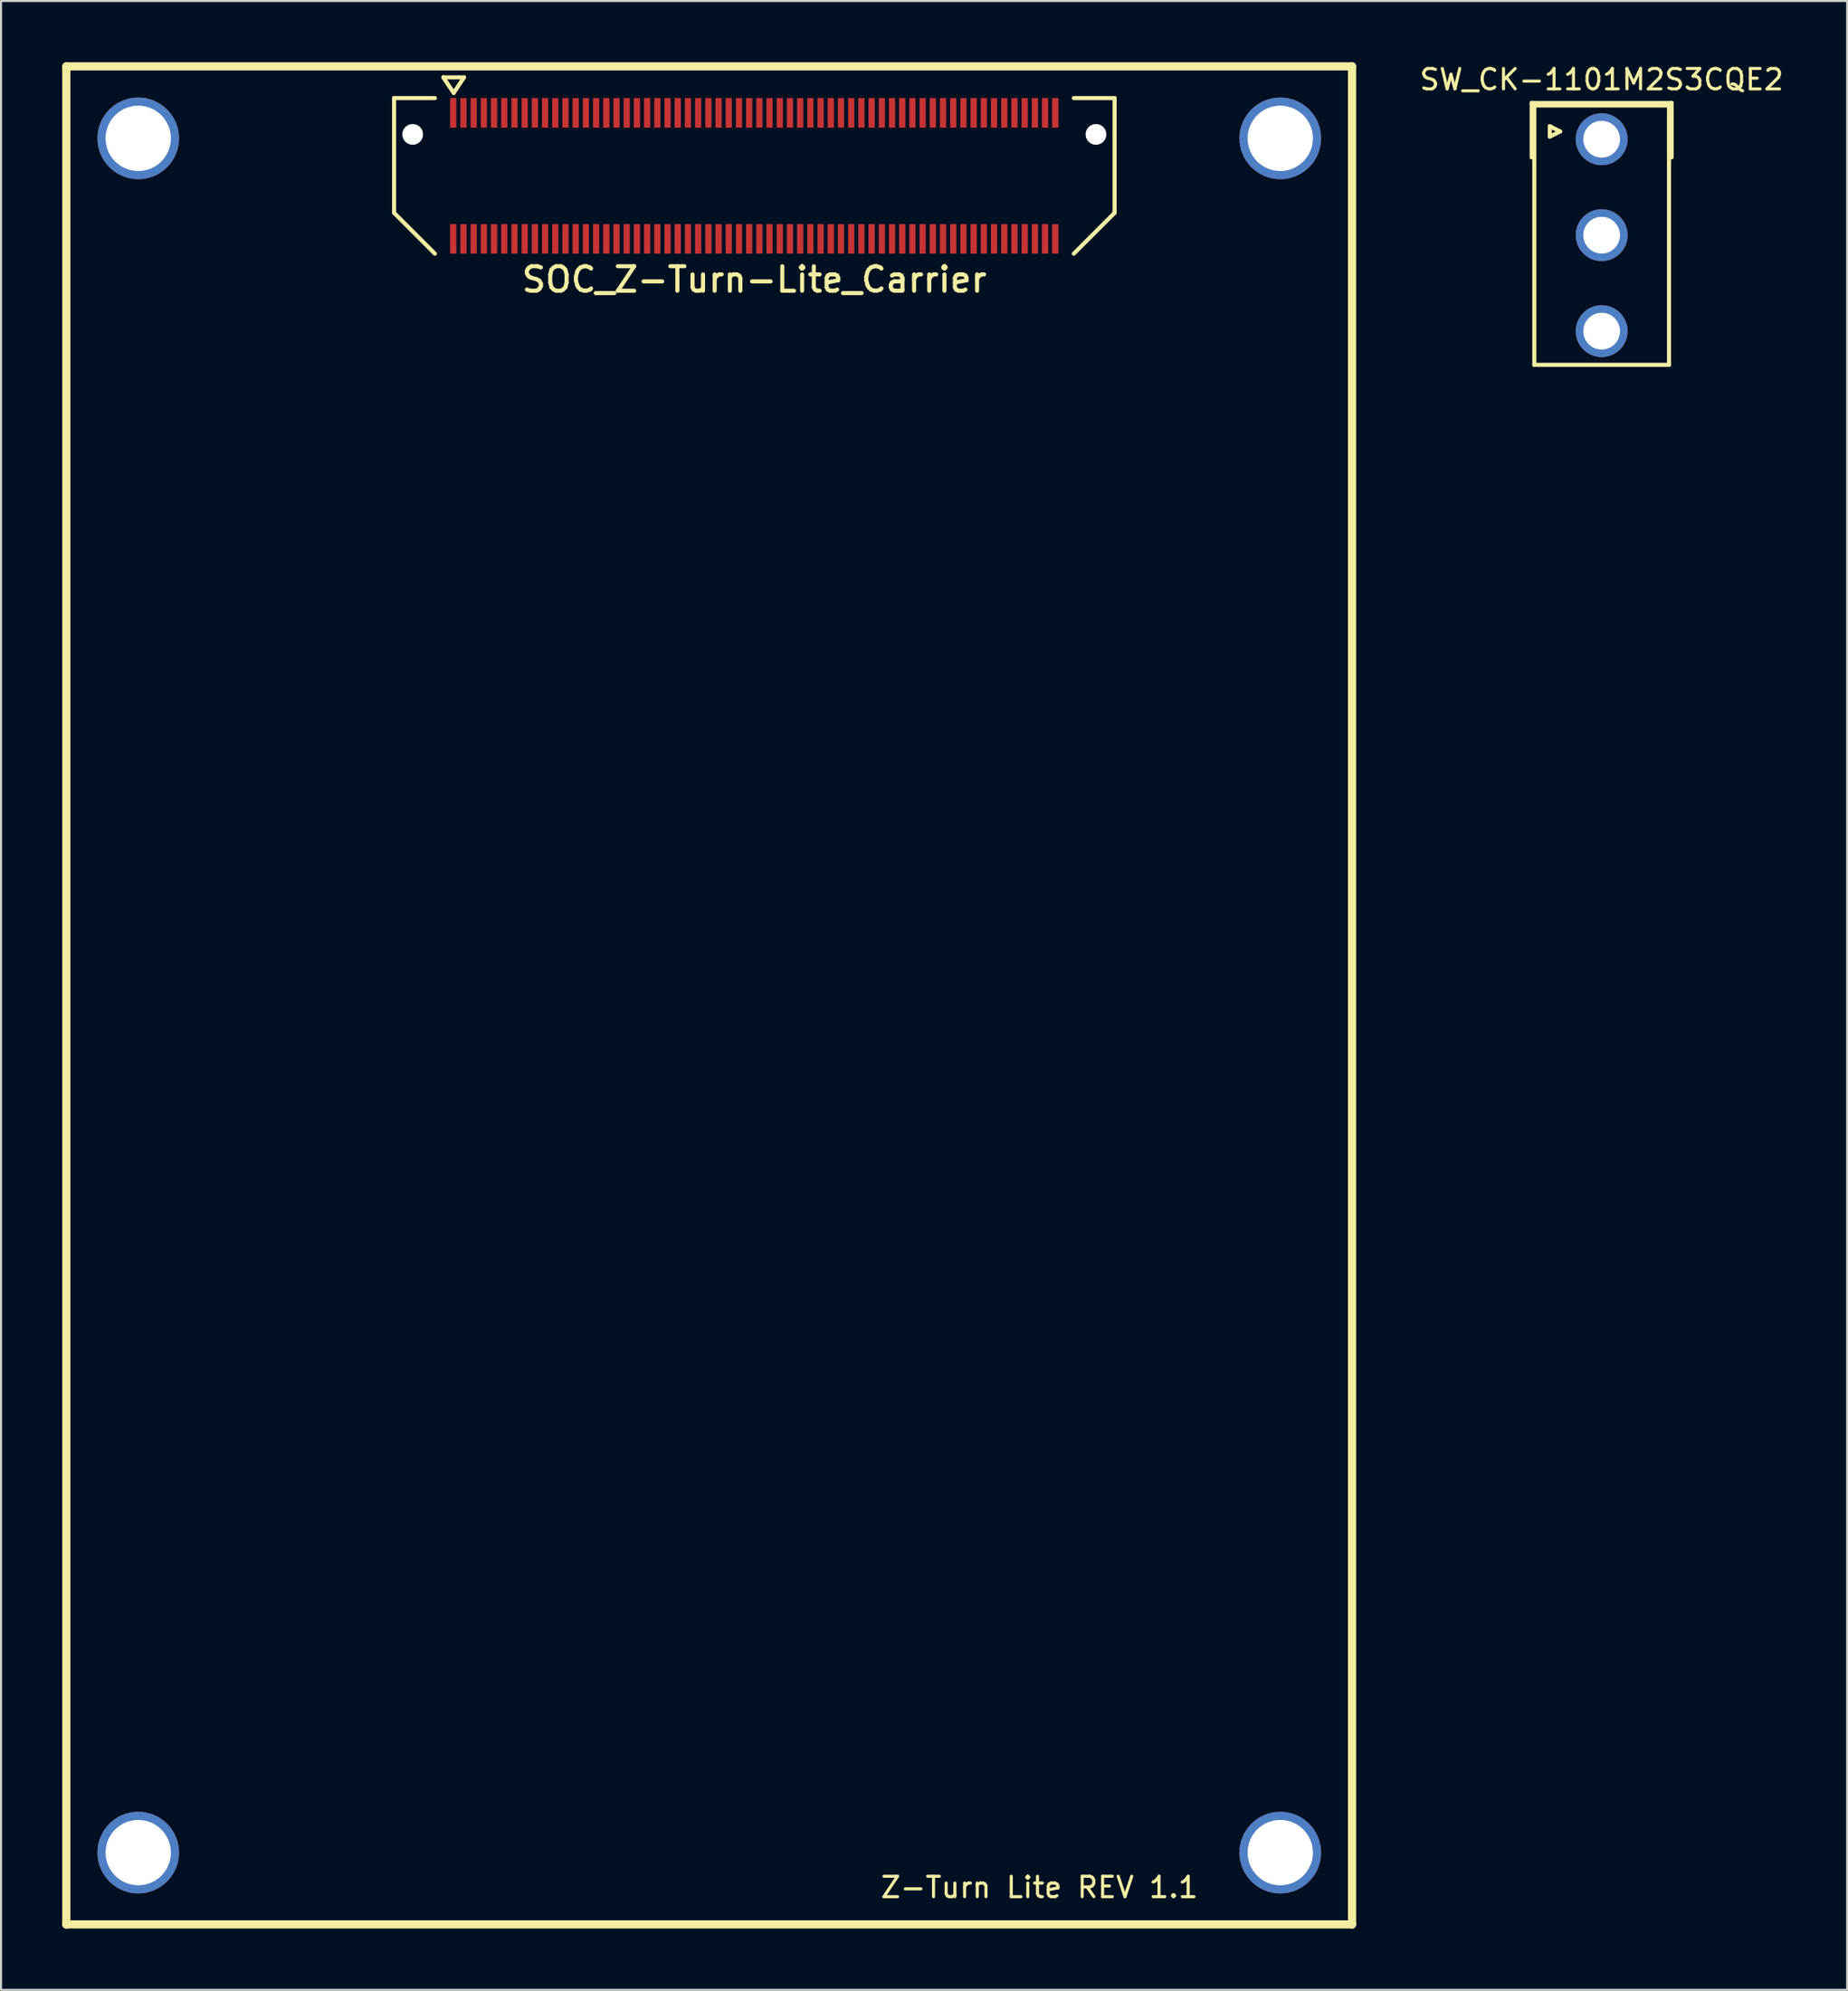
<source format=kicad_pcb>
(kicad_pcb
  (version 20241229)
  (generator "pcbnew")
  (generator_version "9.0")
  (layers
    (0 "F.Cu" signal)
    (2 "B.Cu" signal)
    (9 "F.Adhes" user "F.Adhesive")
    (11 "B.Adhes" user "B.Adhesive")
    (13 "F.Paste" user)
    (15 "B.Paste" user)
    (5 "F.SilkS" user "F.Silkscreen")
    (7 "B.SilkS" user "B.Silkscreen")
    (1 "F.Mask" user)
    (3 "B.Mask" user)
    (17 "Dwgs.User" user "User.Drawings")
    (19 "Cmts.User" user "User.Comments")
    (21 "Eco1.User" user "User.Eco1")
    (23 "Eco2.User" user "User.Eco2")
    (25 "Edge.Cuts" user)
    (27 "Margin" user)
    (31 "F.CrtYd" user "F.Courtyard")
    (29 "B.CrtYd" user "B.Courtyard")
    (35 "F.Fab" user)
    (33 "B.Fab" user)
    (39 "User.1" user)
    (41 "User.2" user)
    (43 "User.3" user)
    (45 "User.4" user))
  (footprint "SOC_Z-Turn-Lite_Carrier"
    (layer "F.Cu")
    (at 33.912 5.564)
    (property "Reference" "SOC_Z-Turn-Lite_Carrier" (at 0 5.08 0) (layer "F.SilkS") (effects (font (size 1.2 1.2) (thickness 0.2))))
    (attr smd)
    (fp_line (start -33.712 -5.364) (end -33.712 85.641) (stroke (width 0.4) (type solid)) (layer "F.SilkS"))
    (fp_line (start -33.712 -5.364) (end 29.288 -5.364) (stroke (width 0.4) (type solid)) (layer "F.SilkS"))
    (fp_line (start -33.712 85.636) (end 29.288 85.636) (stroke (width 0.4) (type solid)) (layer "F.SilkS"))
    (fp_line (start -17.653 -3.81) (end -17.653 1.81) (stroke (width 0.2) (type solid)) (layer "F.SilkS"))
    (fp_line (start -17.653 1.81) (end -15.653 3.81) (stroke (width 0.2) (type solid)) (layer "F.SilkS"))
    (fp_line (start -15.653 -3.81) (end -17.653 -3.81) (stroke (width 0.2) (type solid)) (layer "F.SilkS"))
    (fp_line (start -15.24 -4.826) (end -14.224 -4.826) (stroke (width 0.2) (type solid)) (layer "F.SilkS"))
    (fp_line (start -14.732 -4.064) (end -15.24 -4.826) (stroke (width 0.2) (type solid)) (layer "F.SilkS"))
    (fp_line (start -14.224 -4.826) (end -14.732 -4.064) (stroke (width 0.2) (type solid)) (layer "F.SilkS"))
    (fp_line (start 15.653 -3.81) (end 17.653 -3.81) (stroke (width 0.2) (type solid)) (layer "F.SilkS"))
    (fp_line (start 17.653 -3.81) (end 17.653 1.81) (stroke (width 0.2) (type solid)) (layer "F.SilkS"))
    (fp_line (start 17.653 1.81) (end 15.653 3.81) (stroke (width 0.2) (type solid)) (layer "F.SilkS"))
    (fp_line (start 29.288 -5.364) (end 29.288 85.641) (stroke (width 0.4) (type solid)) (layer "F.SilkS"))
    (fp_text user "Z-Turn Lite REV 1.1" (at 13.97 83.82 0) (layer "F.SilkS") (effects (font (size 1 1) (thickness 0.15))))
    (pad "" np_thru_hole circle (at -30.189 -1.838) (size 4 4) (drill 3.2) (layers "*.Cu" "*.Mask"))
    (pad "" np_thru_hole circle (at -30.189 82.118) (size 4 4) (drill 3.2) (layers "*.Cu" "*.Mask"))
    (pad "" np_thru_hole circle (at -16.741 -2.032) (size 1.016 1.016) (drill 1.016) (layers "*.Cu" "*.Mask"))
    (pad "" np_thru_hole circle (at 16.74 -2.032) (size 1.016 1.016) (drill 1.016) (layers "*.Cu" "*.Mask"))
    (pad "" np_thru_hole circle (at 25.77 -1.838) (size 4 4) (drill 3.2) (layers "*.Cu" "*.Mask"))
    (pad "" np_thru_hole circle (at 25.77 82.118) (size 4 4) (drill 3.2) (layers "*.Cu" "*.Mask"))
    (pad "1" smd rect (at -14.753 -3.086) (size 0.305 1.448) (layers "F.Cu" "F.Mask" "F.Paste"))
    (pad "2" smd rect (at -14.753 3.086) (size 0.305 1.448) (layers "F.Cu" "F.Mask" "F.Paste"))
    (pad "3" smd rect (at -14.253 -3.086) (size 0.305 1.448) (layers "F.Cu" "F.Mask" "F.Paste"))
    (pad "4" smd rect (at -14.253 3.086) (size 0.305 1.448) (layers "F.Cu" "F.Mask" "F.Paste"))
    (pad "5" smd rect (at -13.753 -3.086) (size 0.305 1.448) (layers "F.Cu" "F.Mask" "F.Paste"))
    (pad "6" smd rect (at -13.753 3.086) (size 0.305 1.448) (layers "F.Cu" "F.Mask" "F.Paste"))
    (pad "7" smd rect (at -13.253 -3.086) (size 0.305 1.448) (layers "F.Cu" "F.Mask" "F.Paste"))
    (pad "8" smd rect (at -13.253 3.086) (size 0.305 1.448) (layers "F.Cu" "F.Mask" "F.Paste"))
    (pad "9" smd rect (at -12.753 -3.086) (size 0.305 1.448) (layers "F.Cu" "F.Mask" "F.Paste"))
    (pad "10" smd rect (at -12.753 3.086) (size 0.305 1.448) (layers "F.Cu" "F.Mask" "F.Paste"))
    (pad "11" smd rect (at -12.253 -3.086) (size 0.305 1.448) (layers "F.Cu" "F.Mask" "F.Paste"))
    (pad "12" smd rect (at -12.253 3.086) (size 0.305 1.448) (layers "F.Cu" "F.Mask" "F.Paste"))
    (pad "13" smd rect (at -11.753 -3.086) (size 0.305 1.448) (layers "F.Cu" "F.Mask" "F.Paste"))
    (pad "14" smd rect (at -11.753 3.086) (size 0.305 1.448) (layers "F.Cu" "F.Mask" "F.Paste"))
    (pad "15" smd rect (at -11.253 -3.086) (size 0.305 1.448) (layers "F.Cu" "F.Mask" "F.Paste"))
    (pad "16" smd rect (at -11.253 3.086) (size 0.305 1.448) (layers "F.Cu" "F.Mask" "F.Paste"))
    (pad "17" smd rect (at -10.753 -3.086) (size 0.305 1.448) (layers "F.Cu" "F.Mask" "F.Paste"))
    (pad "18" smd rect (at -10.753 3.086) (size 0.305 1.448) (layers "F.Cu" "F.Mask" "F.Paste"))
    (pad "19" smd rect (at -10.253 -3.086) (size 0.305 1.448) (layers "F.Cu" "F.Mask" "F.Paste"))
    (pad "20" smd rect (at -10.253 3.086) (size 0.305 1.448) (layers "F.Cu" "F.Mask" "F.Paste"))
    (pad "21" smd rect (at -9.753 -3.086) (size 0.305 1.448) (layers "F.Cu" "F.Mask" "F.Paste"))
    (pad "22" smd rect (at -9.753 3.086) (size 0.305 1.448) (layers "F.Cu" "F.Mask" "F.Paste"))
    (pad "23" smd rect (at -9.253 -3.086) (size 0.305 1.448) (layers "F.Cu" "F.Mask" "F.Paste"))
    (pad "24" smd rect (at -9.253 3.086) (size 0.305 1.448) (layers "F.Cu" "F.Mask" "F.Paste"))
    (pad "25" smd rect (at -8.753 -3.086) (size 0.305 1.448) (layers "F.Cu" "F.Mask" "F.Paste"))
    (pad "26" smd rect (at -8.753 3.086) (size 0.305 1.448) (layers "F.Cu" "F.Mask" "F.Paste"))
    (pad "27" smd rect (at -8.253 -3.086) (size 0.305 1.448) (layers "F.Cu" "F.Mask" "F.Paste"))
    (pad "28" smd rect (at -8.253 3.086) (size 0.305 1.448) (layers "F.Cu" "F.Mask" "F.Paste"))
    (pad "29" smd rect (at -7.753 -3.086) (size 0.305 1.448) (layers "F.Cu" "F.Mask" "F.Paste"))
    (pad "30" smd rect (at -7.753 3.086) (size 0.305 1.448) (layers "F.Cu" "F.Mask" "F.Paste"))
    (pad "31" smd rect (at -7.253 -3.086) (size 0.305 1.448) (layers "F.Cu" "F.Mask" "F.Paste"))
    (pad "32" smd rect (at -7.253 3.086) (size 0.305 1.448) (layers "F.Cu" "F.Mask" "F.Paste"))
    (pad "33" smd rect (at -6.753 -3.086) (size 0.305 1.448) (layers "F.Cu" "F.Mask" "F.Paste"))
    (pad "34" smd rect (at -6.753 3.086) (size 0.305 1.448) (layers "F.Cu" "F.Mask" "F.Paste"))
    (pad "35" smd rect (at -6.253 -3.086) (size 0.305 1.448) (layers "F.Cu" "F.Mask" "F.Paste"))
    (pad "36" smd rect (at -6.253 3.086) (size 0.305 1.448) (layers "F.Cu" "F.Mask" "F.Paste"))
    (pad "37" smd rect (at -5.753 -3.086) (size 0.305 1.448) (layers "F.Cu" "F.Mask" "F.Paste"))
    (pad "38" smd rect (at -5.753 3.086) (size 0.305 1.448) (layers "F.Cu" "F.Mask" "F.Paste"))
    (pad "39" smd rect (at -5.253 -3.086) (size 0.305 1.448) (layers "F.Cu" "F.Mask" "F.Paste"))
    (pad "40" smd rect (at -5.253 3.086) (size 0.305 1.448) (layers "F.Cu" "F.Mask" "F.Paste"))
    (pad "41" smd rect (at -4.753 -3.086) (size 0.305 1.448) (layers "F.Cu" "F.Mask" "F.Paste"))
    (pad "42" smd rect (at -4.753 3.086) (size 0.305 1.448) (layers "F.Cu" "F.Mask" "F.Paste"))
    (pad "43" smd rect (at -4.253 -3.086) (size 0.305 1.448) (layers "F.Cu" "F.Mask" "F.Paste"))
    (pad "44" smd rect (at -4.253 3.086) (size 0.305 1.448) (layers "F.Cu" "F.Mask" "F.Paste"))
    (pad "45" smd rect (at -3.753 -3.086) (size 0.305 1.448) (layers "F.Cu" "F.Mask" "F.Paste"))
    (pad "46" smd rect (at -3.753 3.086) (size 0.305 1.448) (layers "F.Cu" "F.Mask" "F.Paste"))
    (pad "47" smd rect (at -3.253 -3.086) (size 0.305 1.448) (layers "F.Cu" "F.Mask" "F.Paste"))
    (pad "48" smd rect (at -3.253 3.086) (size 0.305 1.448) (layers "F.Cu" "F.Mask" "F.Paste"))
    (pad "49" smd rect (at -2.753 -3.086) (size 0.305 1.448) (layers "F.Cu" "F.Mask" "F.Paste"))
    (pad "50" smd rect (at -2.753 3.086) (size 0.305 1.448) (layers "F.Cu" "F.Mask" "F.Paste"))
    (pad "51" smd rect (at -2.253 -3.086) (size 0.305 1.448) (layers "F.Cu" "F.Mask" "F.Paste"))
    (pad "52" smd rect (at -2.253 3.086) (size 0.305 1.448) (layers "F.Cu" "F.Mask" "F.Paste"))
    (pad "53" smd rect (at -1.753 -3.086) (size 0.305 1.448) (layers "F.Cu" "F.Mask" "F.Paste"))
    (pad "54" smd rect (at -1.753 3.086) (size 0.305 1.448) (layers "F.Cu" "F.Mask" "F.Paste"))
    (pad "55" smd rect (at -1.253 -3.086) (size 0.305 1.448) (layers "F.Cu" "F.Mask" "F.Paste"))
    (pad "56" smd rect (at -1.253 3.086) (size 0.305 1.448) (layers "F.Cu" "F.Mask" "F.Paste"))
    (pad "57" smd rect (at -0.753 -3.086) (size 0.305 1.448) (layers "F.Cu" "F.Mask" "F.Paste"))
    (pad "58" smd rect (at -0.753 3.086) (size 0.305 1.448) (layers "F.Cu" "F.Mask" "F.Paste"))
    (pad "59" smd rect (at -0.253 -3.086) (size 0.305 1.448) (layers "F.Cu" "F.Mask" "F.Paste"))
    (pad "60" smd rect (at -0.253 3.086) (size 0.305 1.448) (layers "F.Cu" "F.Mask" "F.Paste"))
    (pad "61" smd rect (at 0.247 -3.086) (size 0.305 1.448) (layers "F.Cu" "F.Mask" "F.Paste"))
    (pad "62" smd rect (at 0.247 3.086) (size 0.305 1.448) (layers "F.Cu" "F.Mask" "F.Paste"))
    (pad "63" smd rect (at 0.747 -3.086) (size 0.305 1.448) (layers "F.Cu" "F.Mask" "F.Paste"))
    (pad "64" smd rect (at 0.747 3.086) (size 0.305 1.448) (layers "F.Cu" "F.Mask" "F.Paste"))
    (pad "65" smd rect (at 1.247 -3.086) (size 0.305 1.448) (layers "F.Cu" "F.Mask" "F.Paste"))
    (pad "66" smd rect (at 1.247 3.086) (size 0.305 1.448) (layers "F.Cu" "F.Mask" "F.Paste"))
    (pad "67" smd rect (at 1.747 -3.086) (size 0.305 1.448) (layers "F.Cu" "F.Mask" "F.Paste"))
    (pad "68" smd rect (at 1.747 3.086) (size 0.305 1.448) (layers "F.Cu" "F.Mask" "F.Paste"))
    (pad "69" smd rect (at 2.247 -3.086) (size 0.305 1.448) (layers "F.Cu" "F.Mask" "F.Paste"))
    (pad "70" smd rect (at 2.247 3.086) (size 0.305 1.448) (layers "F.Cu" "F.Mask" "F.Paste"))
    (pad "71" smd rect (at 2.747 -3.086) (size 0.305 1.448) (layers "F.Cu" "F.Mask" "F.Paste"))
    (pad "72" smd rect (at 2.747 3.086) (size 0.305 1.448) (layers "F.Cu" "F.Mask" "F.Paste"))
    (pad "73" smd rect (at 3.247 -3.086) (size 0.305 1.448) (layers "F.Cu" "F.Mask" "F.Paste"))
    (pad "74" smd rect (at 3.247 3.086) (size 0.305 1.448) (layers "F.Cu" "F.Mask" "F.Paste"))
    (pad "75" smd rect (at 3.747 -3.086) (size 0.305 1.448) (layers "F.Cu" "F.Mask" "F.Paste"))
    (pad "76" smd rect (at 3.747 3.086) (size 0.305 1.448) (layers "F.Cu" "F.Mask" "F.Paste"))
    (pad "77" smd rect (at 4.247 -3.086) (size 0.305 1.448) (layers "F.Cu" "F.Mask" "F.Paste"))
    (pad "78" smd rect (at 4.247 3.086) (size 0.305 1.448) (layers "F.Cu" "F.Mask" "F.Paste"))
    (pad "79" smd rect (at 4.747 -3.086) (size 0.305 1.448) (layers "F.Cu" "F.Mask" "F.Paste"))
    (pad "80" smd rect (at 4.747 3.086) (size 0.305 1.448) (layers "F.Cu" "F.Mask" "F.Paste"))
    (pad "81" smd rect (at 5.247 -3.086) (size 0.305 1.448) (layers "F.Cu" "F.Mask" "F.Paste"))
    (pad "82" smd rect (at 5.247 3.086) (size 0.305 1.448) (layers "F.Cu" "F.Mask" "F.Paste"))
    (pad "83" smd rect (at 5.747 -3.086) (size 0.305 1.448) (layers "F.Cu" "F.Mask" "F.Paste"))
    (pad "84" smd rect (at 5.747 3.086) (size 0.305 1.448) (layers "F.Cu" "F.Mask" "F.Paste"))
    (pad "85" smd rect (at 6.247 -3.086) (size 0.305 1.448) (layers "F.Cu" "F.Mask" "F.Paste"))
    (pad "86" smd rect (at 6.247 3.086) (size 0.305 1.448) (layers "F.Cu" "F.Mask" "F.Paste"))
    (pad "87" smd rect (at 6.747 -3.086) (size 0.305 1.448) (layers "F.Cu" "F.Mask" "F.Paste"))
    (pad "88" smd rect (at 6.747 3.086) (size 0.305 1.448) (layers "F.Cu" "F.Mask" "F.Paste"))
    (pad "89" smd rect (at 7.247 -3.086) (size 0.305 1.448) (layers "F.Cu" "F.Mask" "F.Paste"))
    (pad "90" smd rect (at 7.247 3.086) (size 0.305 1.448) (layers "F.Cu" "F.Mask" "F.Paste"))
    (pad "91" smd rect (at 7.747 -3.086) (size 0.305 1.448) (layers "F.Cu" "F.Mask" "F.Paste"))
    (pad "92" smd rect (at 7.747 3.086) (size 0.305 1.448) (layers "F.Cu" "F.Mask" "F.Paste"))
    (pad "93" smd rect (at 8.247 -3.086) (size 0.305 1.448) (layers "F.Cu" "F.Mask" "F.Paste"))
    (pad "94" smd rect (at 8.247 3.086) (size 0.305 1.448) (layers "F.Cu" "F.Mask" "F.Paste"))
    (pad "95" smd rect (at 8.747 -3.086) (size 0.305 1.448) (layers "F.Cu" "F.Mask" "F.Paste"))
    (pad "96" smd rect (at 8.747 3.086) (size 0.305 1.448) (layers "F.Cu" "F.Mask" "F.Paste"))
    (pad "97" smd rect (at 9.247 -3.086) (size 0.305 1.448) (layers "F.Cu" "F.Mask" "F.Paste"))
    (pad "98" smd rect (at 9.247 3.086) (size 0.305 1.448) (layers "F.Cu" "F.Mask" "F.Paste"))
    (pad "99" smd rect (at 9.747 -3.086) (size 0.305 1.448) (layers "F.Cu" "F.Mask" "F.Paste"))
    (pad "100" smd rect (at 9.747 3.086) (size 0.305 1.448) (layers "F.Cu" "F.Mask" "F.Paste"))
    (pad "101" smd rect (at 10.247 -3.086) (size 0.305 1.448) (layers "F.Cu" "F.Mask" "F.Paste"))
    (pad "102" smd rect (at 10.247 3.086) (size 0.305 1.448) (layers "F.Cu" "F.Mask" "F.Paste"))
    (pad "103" smd rect (at 10.747 -3.086) (size 0.305 1.448) (layers "F.Cu" "F.Mask" "F.Paste"))
    (pad "104" smd rect (at 10.747 3.086) (size 0.305 1.448) (layers "F.Cu" "F.Mask" "F.Paste"))
    (pad "105" smd rect (at 11.247 -3.086) (size 0.305 1.448) (layers "F.Cu" "F.Mask" "F.Paste"))
    (pad "106" smd rect (at 11.247 3.086) (size 0.305 1.448) (layers "F.Cu" "F.Mask" "F.Paste"))
    (pad "107" smd rect (at 11.747 -3.086) (size 0.305 1.448) (layers "F.Cu" "F.Mask" "F.Paste"))
    (pad "108" smd rect (at 11.747 3.086) (size 0.305 1.448) (layers "F.Cu" "F.Mask" "F.Paste"))
    (pad "109" smd rect (at 12.247 -3.086) (size 0.305 1.448) (layers "F.Cu" "F.Mask" "F.Paste"))
    (pad "110" smd rect (at 12.247 3.086) (size 0.305 1.448) (layers "F.Cu" "F.Mask" "F.Paste"))
    (pad "111" smd rect (at 12.747 -3.086) (size 0.305 1.448) (layers "F.Cu" "F.Mask" "F.Paste"))
    (pad "112" smd rect (at 12.747 3.086) (size 0.305 1.448) (layers "F.Cu" "F.Mask" "F.Paste"))
    (pad "113" smd rect (at 13.247 -3.086) (size 0.305 1.448) (layers "F.Cu" "F.Mask" "F.Paste"))
    (pad "114" smd rect (at 13.247 3.086) (size 0.305 1.448) (layers "F.Cu" "F.Mask" "F.Paste"))
    (pad "115" smd rect (at 13.747 -3.086) (size 0.305 1.448) (layers "F.Cu" "F.Mask" "F.Paste"))
    (pad "116" smd rect (at 13.747 3.086) (size 0.305 1.448) (layers "F.Cu" "F.Mask" "F.Paste"))
    (pad "117" smd rect (at 14.247 -3.086) (size 0.305 1.448) (layers "F.Cu" "F.Mask" "F.Paste"))
    (pad "118" smd rect (at 14.247 3.086) (size 0.305 1.448) (layers "F.Cu" "F.Mask" "F.Paste"))
    (pad "119" smd rect (at 14.747 -3.086) (size 0.305 1.448) (layers "F.Cu" "F.Mask" "F.Paste"))
    (pad "120" smd rect (at 14.747 3.086) (size 0.305 1.448) (layers "F.Cu" "F.Mask" "F.Paste")))
  (footprint "SW_CK-1101M2S3CQE2"
    (layer "F.Cu")
    (at 75.43 8.468)
    (property "Reference" "SW_CK-1101M2S3CQE2" (at 0 -7.62 0) (layer "F.SilkS") (effects (font (size 1 1) (thickness 0.15))))
    (attr through_hole)
    (fp_line (start -3.429 -6.477) (end 3.429 -6.477) (stroke (width 0.2) (type solid)) (layer "F.SilkS"))
    (fp_line (start -3.429 -3.81) (end -3.429 -6.477) (stroke (width 0.2) (type solid)) (layer "F.SilkS"))
    (fp_line (start -3.3 -6.35) (end -3.3 6.35) (stroke (width 0.2) (type solid)) (layer "F.SilkS"))
    (fp_line (start -3.3 -6.35) (end 3.3 -6.35) (stroke (width 0.2) (type solid)) (layer "F.SilkS"))
    (fp_line (start -3.3 6.35) (end 3.3 6.35) (stroke (width 0.2) (type solid)) (layer "F.SilkS"))
    (fp_line (start -2.54 -5.334) (end -2.032 -5.08) (stroke (width 0.2) (type solid)) (layer "F.SilkS"))
    (fp_line (start -2.54 -4.826) (end -2.54 -5.334) (stroke (width 0.2) (type solid)) (layer "F.SilkS"))
    (fp_line (start -2.032 -5.08) (end -2.54 -4.826) (stroke (width 0.2) (type solid)) (layer "F.SilkS"))
    (fp_line (start 3.3 -6.35) (end 3.3 6.35) (stroke (width 0.2) (type solid)) (layer "F.SilkS"))
    (fp_line (start 3.429 -6.477) (end 3.429 -3.81) (stroke (width 0.2) (type solid)) (layer "F.SilkS"))
    (pad "1" thru_hole circle (at 0 -4.7) (size 2.54 2.54) (drill 1.8) (layers "*.Cu" "*.Mask"))
    (pad "2" thru_hole circle (at 0 0) (size 2.54 2.54) (drill 1.8) (layers "*.Cu" "*.Mask"))
    (pad "3" thru_hole circle (at 0 4.7) (size 2.54 2.54) (drill 1.8) (layers "*.Cu" "*.Mask")))
  (gr_rect
    (start -3 -3)
    (end 87.459 94.405)
    (stroke (width 0.1) (type default))
    (fill no)
    (layer "Edge.Cuts")))
</source>
